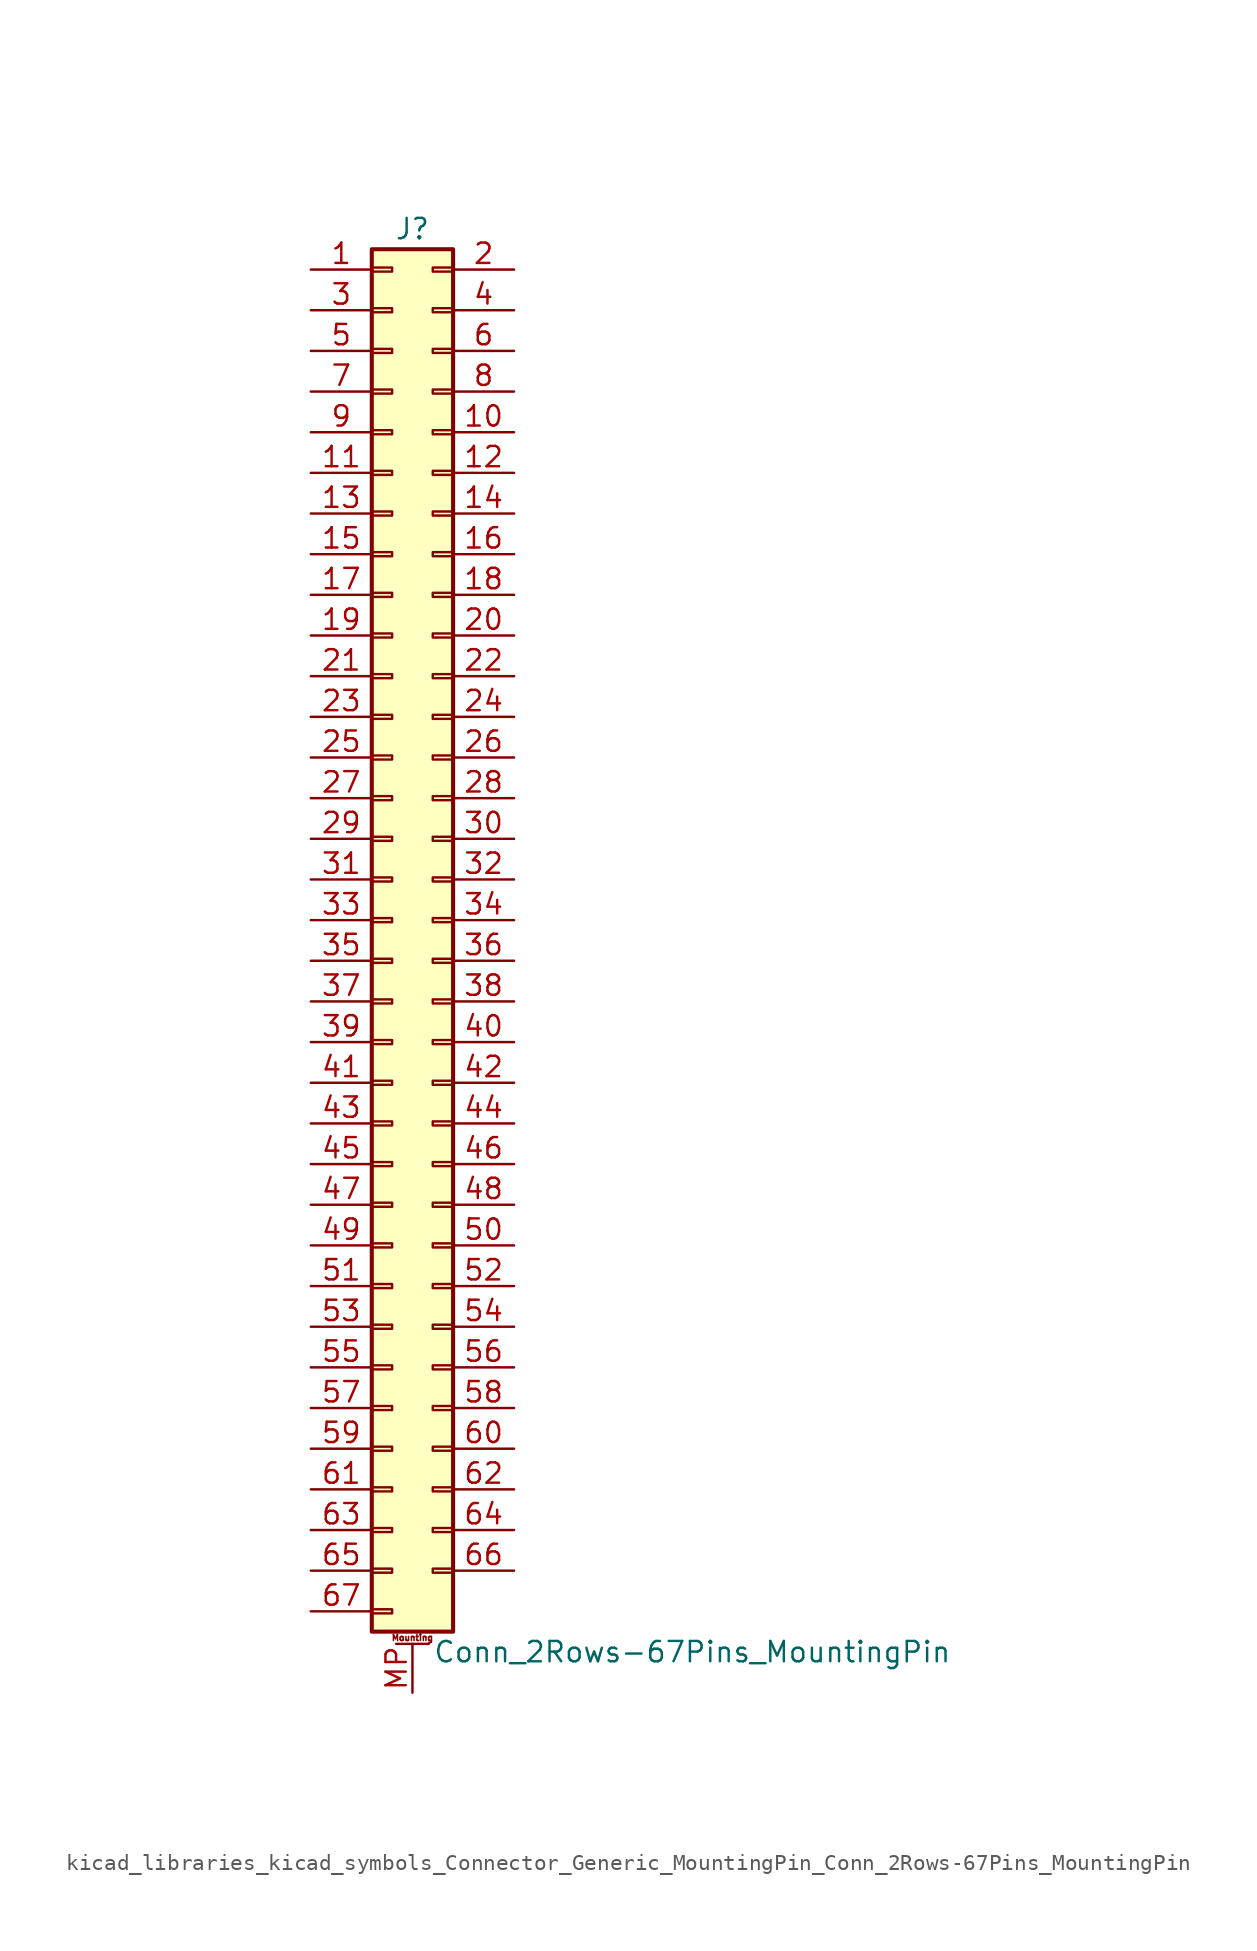
<source format=kicad_sym>
(kicad_symbol_lib
  (version 20220914)
  (generator kicad_symbol_editor)
  (symbol "kicad_libraries_kicad_symbols_Connector_Generic_MountingPin_Conn_2Rows-67Pins_MountingPin"
    (pin_names
      (offset 1.016) hide)
    (property "Reference" "J"
      (at 1.27 43.18 0)
      (effects (font (size 1.27 1.27))))
    (property "Value" "Conn_2Rows-67Pins_MountingPin"
      (at 2.54 -45.72 0)
      (effects (font (size 1.27 1.27)) (justify left)))
    (symbol "kicad_libraries_kicad_symbols_Connector_Generic_MountingPin_Conn_2Rows-67Pins_MountingPin_1_1"
      (rectangle (start -1.27 -43.053) (end 0 -43.307) (stroke (width 0.152) (type default)) (fill (type none)))
      (rectangle (start -1.27 -40.513) (end 0 -40.767) (stroke (width 0.152) (type default)) (fill (type none)))
      (rectangle (start -1.27 -37.973) (end 0 -38.227) (stroke (width 0.152) (type default)) (fill (type none)))
      (rectangle (start -1.27 -35.433) (end 0 -35.687) (stroke (width 0.152) (type default)) (fill (type none)))
      (rectangle (start -1.27 -32.893) (end 0 -33.147) (stroke (width 0.152) (type default)) (fill (type none)))
      (rectangle (start -1.27 -30.353) (end 0 -30.607) (stroke (width 0.152) (type default)) (fill (type none)))
      (rectangle (start -1.27 -27.813) (end 0 -28.067) (stroke (width 0.152) (type default)) (fill (type none)))
      (rectangle (start -1.27 -25.273) (end 0 -25.527) (stroke (width 0.152) (type default)) (fill (type none)))
      (rectangle (start -1.27 -22.733) (end 0 -22.987) (stroke (width 0.152) (type default)) (fill (type none)))
      (rectangle (start -1.27 -20.193) (end 0 -20.447) (stroke (width 0.152) (type default)) (fill (type none)))
      (rectangle (start -1.27 -17.653) (end 0 -17.907) (stroke (width 0.152) (type default)) (fill (type none)))
      (rectangle (start -1.27 -15.113) (end 0 -15.367) (stroke (width 0.152) (type default)) (fill (type none)))
      (rectangle (start -1.27 -12.573) (end 0 -12.827) (stroke (width 0.152) (type default)) (fill (type none)))
      (rectangle (start -1.27 -10.033) (end 0 -10.287) (stroke (width 0.152) (type default)) (fill (type none)))
      (rectangle (start -1.27 -7.493) (end 0 -7.747) (stroke (width 0.152) (type default)) (fill (type none)))
      (rectangle (start -1.27 -4.953) (end 0 -5.207) (stroke (width 0.152) (type default)) (fill (type none)))
      (rectangle (start -1.27 -2.413) (end 0 -2.667) (stroke (width 0.152) (type default)) (fill (type none)))
      (rectangle (start -1.27 0.127) (end 0 -0.127) (stroke (width 0.152) (type default)) (fill (type none)))
      (rectangle (start -1.27 2.667) (end 0 2.413) (stroke (width 0.152) (type default)) (fill (type none)))
      (rectangle (start -1.27 5.207) (end 0 4.953) (stroke (width 0.152) (type default)) (fill (type none)))
      (rectangle (start -1.27 7.747) (end 0 7.493) (stroke (width 0.152) (type default)) (fill (type none)))
      (rectangle (start -1.27 10.287) (end 0 10.033) (stroke (width 0.152) (type default)) (fill (type none)))
      (rectangle (start -1.27 12.827) (end 0 12.573) (stroke (width 0.152) (type default)) (fill (type none)))
      (rectangle (start -1.27 15.367) (end 0 15.113) (stroke (width 0.152) (type default)) (fill (type none)))
      (rectangle (start -1.27 17.907) (end 0 17.653) (stroke (width 0.152) (type default)) (fill (type none)))
      (rectangle (start -1.27 20.447) (end 0 20.193) (stroke (width 0.152) (type default)) (fill (type none)))
      (rectangle (start -1.27 22.987) (end 0 22.733) (stroke (width 0.152) (type default)) (fill (type none)))
      (rectangle (start -1.27 25.527) (end 0 25.273) (stroke (width 0.152) (type default)) (fill (type none)))
      (rectangle (start -1.27 28.067) (end 0 27.813) (stroke (width 0.152) (type default)) (fill (type none)))
      (rectangle (start -1.27 30.607) (end 0 30.353) (stroke (width 0.152) (type default)) (fill (type none)))
      (rectangle (start -1.27 33.147) (end 0 32.893) (stroke (width 0.152) (type default)) (fill (type none)))
      (rectangle (start -1.27 35.687) (end 0 35.433) (stroke (width 0.152) (type default)) (fill (type none)))
      (rectangle (start -1.27 38.227) (end 0 37.973) (stroke (width 0.152) (type default)) (fill (type none)))
      (rectangle (start -1.27 40.767) (end 0 40.513) (stroke (width 0.152) (type default)) (fill (type none)))
      (rectangle (start -1.27 41.91) (end 3.81 -44.45) (stroke (width 0.254) (type default)) (fill (type background)))
      (polyline (pts (xy 0.254 -45.212) (xy 2.286 -45.212)) (stroke (width 0.152) (type default)) (fill (type none)))
      (rectangle (start 3.81 -40.513) (end 2.54 -40.767) (stroke (width 0.152) (type default)) (fill (type none)))
      (rectangle (start 3.81 -37.973) (end 2.54 -38.227) (stroke (width 0.152) (type default)) (fill (type none)))
      (rectangle (start 3.81 -35.433) (end 2.54 -35.687) (stroke (width 0.152) (type default)) (fill (type none)))
      (rectangle (start 3.81 -32.893) (end 2.54 -33.147) (stroke (width 0.152) (type default)) (fill (type none)))
      (rectangle (start 3.81 -30.353) (end 2.54 -30.607) (stroke (width 0.152) (type default)) (fill (type none)))
      (rectangle (start 3.81 -27.813) (end 2.54 -28.067) (stroke (width 0.152) (type default)) (fill (type none)))
      (rectangle (start 3.81 -25.273) (end 2.54 -25.527) (stroke (width 0.152) (type default)) (fill (type none)))
      (rectangle (start 3.81 -22.733) (end 2.54 -22.987) (stroke (width 0.152) (type default)) (fill (type none)))
      (rectangle (start 3.81 -20.193) (end 2.54 -20.447) (stroke (width 0.152) (type default)) (fill (type none)))
      (rectangle (start 3.81 -17.653) (end 2.54 -17.907) (stroke (width 0.152) (type default)) (fill (type none)))
      (rectangle (start 3.81 -15.113) (end 2.54 -15.367) (stroke (width 0.152) (type default)) (fill (type none)))
      (rectangle (start 3.81 -12.573) (end 2.54 -12.827) (stroke (width 0.152) (type default)) (fill (type none)))
      (rectangle (start 3.81 -10.033) (end 2.54 -10.287) (stroke (width 0.152) (type default)) (fill (type none)))
      (rectangle (start 3.81 -7.493) (end 2.54 -7.747) (stroke (width 0.152) (type default)) (fill (type none)))
      (rectangle (start 3.81 -4.953) (end 2.54 -5.207) (stroke (width 0.152) (type default)) (fill (type none)))
      (rectangle (start 3.81 -2.413) (end 2.54 -2.667) (stroke (width 0.152) (type default)) (fill (type none)))
      (rectangle (start 3.81 0.127) (end 2.54 -0.127) (stroke (width 0.152) (type default)) (fill (type none)))
      (rectangle (start 3.81 2.667) (end 2.54 2.413) (stroke (width 0.152) (type default)) (fill (type none)))
      (rectangle (start 3.81 5.207) (end 2.54 4.953) (stroke (width 0.152) (type default)) (fill (type none)))
      (rectangle (start 3.81 7.747) (end 2.54 7.493) (stroke (width 0.152) (type default)) (fill (type none)))
      (rectangle (start 3.81 10.287) (end 2.54 10.033) (stroke (width 0.152) (type default)) (fill (type none)))
      (rectangle (start 3.81 12.827) (end 2.54 12.573) (stroke (width 0.152) (type default)) (fill (type none)))
      (rectangle (start 3.81 15.367) (end 2.54 15.113) (stroke (width 0.152) (type default)) (fill (type none)))
      (rectangle (start 3.81 17.907) (end 2.54 17.653) (stroke (width 0.152) (type default)) (fill (type none)))
      (rectangle (start 3.81 20.447) (end 2.54 20.193) (stroke (width 0.152) (type default)) (fill (type none)))
      (rectangle (start 3.81 22.987) (end 2.54 22.733) (stroke (width 0.152) (type default)) (fill (type none)))
      (rectangle (start 3.81 25.527) (end 2.54 25.273) (stroke (width 0.152) (type default)) (fill (type none)))
      (rectangle (start 3.81 28.067) (end 2.54 27.813) (stroke (width 0.152) (type default)) (fill (type none)))
      (rectangle (start 3.81 30.607) (end 2.54 30.353) (stroke (width 0.152) (type default)) (fill (type none)))
      (rectangle (start 3.81 33.147) (end 2.54 32.893) (stroke (width 0.152) (type default)) (fill (type none)))
      (rectangle (start 3.81 35.687) (end 2.54 35.433) (stroke (width 0.152) (type default)) (fill (type none)))
      (rectangle (start 3.81 38.227) (end 2.54 37.973) (stroke (width 0.152) (type default)) (fill (type none)))
      (rectangle (start 3.81 40.767) (end 2.54 40.513) (stroke (width 0.152) (type default)) (fill (type none)))
      (text "Mounting" (at 1.27 -44.831 0) (effects (font (size 0.381 0.381))))
      (pin passive line (at -5.08 40.64 0) (length 3.81) (name "Pin_1" (effects (font (size 1.27 1.27)))) (number "1" (effects (font (size 1.27 1.27)))))
      (pin passive line (at 7.62 30.48 180) (length 3.81) (name "Pin_10" (effects (font (size 1.27 1.27)))) (number "10" (effects (font (size 1.27 1.27)))))
      (pin passive line (at -5.08 27.94 0) (length 3.81) (name "Pin_11" (effects (font (size 1.27 1.27)))) (number "11" (effects (font (size 1.27 1.27)))))
      (pin passive line (at 7.62 27.94 180) (length 3.81) (name "Pin_12" (effects (font (size 1.27 1.27)))) (number "12" (effects (font (size 1.27 1.27)))))
      (pin passive line (at -5.08 25.4 0) (length 3.81) (name "Pin_13" (effects (font (size 1.27 1.27)))) (number "13" (effects (font (size 1.27 1.27)))))
      (pin passive line (at 7.62 25.4 180) (length 3.81) (name "Pin_14" (effects (font (size 1.27 1.27)))) (number "14" (effects (font (size 1.27 1.27)))))
      (pin passive line (at -5.08 22.86 0) (length 3.81) (name "Pin_15" (effects (font (size 1.27 1.27)))) (number "15" (effects (font (size 1.27 1.27)))))
      (pin passive line (at 7.62 22.86 180) (length 3.81) (name "Pin_16" (effects (font (size 1.27 1.27)))) (number "16" (effects (font (size 1.27 1.27)))))
      (pin passive line (at -5.08 20.32 0) (length 3.81) (name "Pin_17" (effects (font (size 1.27 1.27)))) (number "17" (effects (font (size 1.27 1.27)))))
      (pin passive line (at 7.62 20.32 180) (length 3.81) (name "Pin_18" (effects (font (size 1.27 1.27)))) (number "18" (effects (font (size 1.27 1.27)))))
      (pin passive line (at -5.08 17.78 0) (length 3.81) (name "Pin_19" (effects (font (size 1.27 1.27)))) (number "19" (effects (font (size 1.27 1.27)))))
      (pin passive line (at 7.62 40.64 180) (length 3.81) (name "Pin_2" (effects (font (size 1.27 1.27)))) (number "2" (effects (font (size 1.27 1.27)))))
      (pin passive line (at 7.62 17.78 180) (length 3.81) (name "Pin_20" (effects (font (size 1.27 1.27)))) (number "20" (effects (font (size 1.27 1.27)))))
      (pin passive line (at -5.08 15.24 0) (length 3.81) (name "Pin_21" (effects (font (size 1.27 1.27)))) (number "21" (effects (font (size 1.27 1.27)))))
      (pin passive line (at 7.62 15.24 180) (length 3.81) (name "Pin_22" (effects (font (size 1.27 1.27)))) (number "22" (effects (font (size 1.27 1.27)))))
      (pin passive line (at -5.08 12.7 0) (length 3.81) (name "Pin_23" (effects (font (size 1.27 1.27)))) (number "23" (effects (font (size 1.27 1.27)))))
      (pin passive line (at 7.62 12.7 180) (length 3.81) (name "Pin_24" (effects (font (size 1.27 1.27)))) (number "24" (effects (font (size 1.27 1.27)))))
      (pin passive line (at -5.08 10.16 0) (length 3.81) (name "Pin_25" (effects (font (size 1.27 1.27)))) (number "25" (effects (font (size 1.27 1.27)))))
      (pin passive line (at 7.62 10.16 180) (length 3.81) (name "Pin_26" (effects (font (size 1.27 1.27)))) (number "26" (effects (font (size 1.27 1.27)))))
      (pin passive line (at -5.08 7.62 0) (length 3.81) (name "Pin_27" (effects (font (size 1.27 1.27)))) (number "27" (effects (font (size 1.27 1.27)))))
      (pin passive line (at 7.62 7.62 180) (length 3.81) (name "Pin_28" (effects (font (size 1.27 1.27)))) (number "28" (effects (font (size 1.27 1.27)))))
      (pin passive line (at -5.08 5.08 0) (length 3.81) (name "Pin_29" (effects (font (size 1.27 1.27)))) (number "29" (effects (font (size 1.27 1.27)))))
      (pin passive line (at -5.08 38.1 0) (length 3.81) (name "Pin_3" (effects (font (size 1.27 1.27)))) (number "3" (effects (font (size 1.27 1.27)))))
      (pin passive line (at 7.62 5.08 180) (length 3.81) (name "Pin_30" (effects (font (size 1.27 1.27)))) (number "30" (effects (font (size 1.27 1.27)))))
      (pin passive line (at -5.08 2.54 0) (length 3.81) (name "Pin_31" (effects (font (size 1.27 1.27)))) (number "31" (effects (font (size 1.27 1.27)))))
      (pin passive line (at 7.62 2.54 180) (length 3.81) (name "Pin_32" (effects (font (size 1.27 1.27)))) (number "32" (effects (font (size 1.27 1.27)))))
      (pin passive line (at -5.08 0 0) (length 3.81) (name "Pin_33" (effects (font (size 1.27 1.27)))) (number "33" (effects (font (size 1.27 1.27)))))
      (pin passive line (at 7.62 0 180) (length 3.81) (name "Pin_34" (effects (font (size 1.27 1.27)))) (number "34" (effects (font (size 1.27 1.27)))))
      (pin passive line (at -5.08 -2.54 0) (length 3.81) (name "Pin_35" (effects (font (size 1.27 1.27)))) (number "35" (effects (font (size 1.27 1.27)))))
      (pin passive line (at 7.62 -2.54 180) (length 3.81) (name "Pin_36" (effects (font (size 1.27 1.27)))) (number "36" (effects (font (size 1.27 1.27)))))
      (pin passive line (at -5.08 -5.08 0) (length 3.81) (name "Pin_37" (effects (font (size 1.27 1.27)))) (number "37" (effects (font (size 1.27 1.27)))))
      (pin passive line (at 7.62 -5.08 180) (length 3.81) (name "Pin_38" (effects (font (size 1.27 1.27)))) (number "38" (effects (font (size 1.27 1.27)))))
      (pin passive line (at -5.08 -7.62 0) (length 3.81) (name "Pin_39" (effects (font (size 1.27 1.27)))) (number "39" (effects (font (size 1.27 1.27)))))
      (pin passive line (at 7.62 38.1 180) (length 3.81) (name "Pin_4" (effects (font (size 1.27 1.27)))) (number "4" (effects (font (size 1.27 1.27)))))
      (pin passive line (at 7.62 -7.62 180) (length 3.81) (name "Pin_40" (effects (font (size 1.27 1.27)))) (number "40" (effects (font (size 1.27 1.27)))))
      (pin passive line (at -5.08 -10.16 0) (length 3.81) (name "Pin_41" (effects (font (size 1.27 1.27)))) (number "41" (effects (font (size 1.27 1.27)))))
      (pin passive line (at 7.62 -10.16 180) (length 3.81) (name "Pin_42" (effects (font (size 1.27 1.27)))) (number "42" (effects (font (size 1.27 1.27)))))
      (pin passive line (at -5.08 -12.7 0) (length 3.81) (name "Pin_43" (effects (font (size 1.27 1.27)))) (number "43" (effects (font (size 1.27 1.27)))))
      (pin passive line (at 7.62 -12.7 180) (length 3.81) (name "Pin_44" (effects (font (size 1.27 1.27)))) (number "44" (effects (font (size 1.27 1.27)))))
      (pin passive line (at -5.08 -15.24 0) (length 3.81) (name "Pin_45" (effects (font (size 1.27 1.27)))) (number "45" (effects (font (size 1.27 1.27)))))
      (pin passive line (at 7.62 -15.24 180) (length 3.81) (name "Pin_46" (effects (font (size 1.27 1.27)))) (number "46" (effects (font (size 1.27 1.27)))))
      (pin passive line (at -5.08 -17.78 0) (length 3.81) (name "Pin_47" (effects (font (size 1.27 1.27)))) (number "47" (effects (font (size 1.27 1.27)))))
      (pin passive line (at 7.62 -17.78 180) (length 3.81) (name "Pin_48" (effects (font (size 1.27 1.27)))) (number "48" (effects (font (size 1.27 1.27)))))
      (pin passive line (at -5.08 -20.32 0) (length 3.81) (name "Pin_49" (effects (font (size 1.27 1.27)))) (number "49" (effects (font (size 1.27 1.27)))))
      (pin passive line (at -5.08 35.56 0) (length 3.81) (name "Pin_5" (effects (font (size 1.27 1.27)))) (number "5" (effects (font (size 1.27 1.27)))))
      (pin passive line (at 7.62 -20.32 180) (length 3.81) (name "Pin_50" (effects (font (size 1.27 1.27)))) (number "50" (effects (font (size 1.27 1.27)))))
      (pin passive line (at -5.08 -22.86 0) (length 3.81) (name "Pin_51" (effects (font (size 1.27 1.27)))) (number "51" (effects (font (size 1.27 1.27)))))
      (pin passive line (at 7.62 -22.86 180) (length 3.81) (name "Pin_52" (effects (font (size 1.27 1.27)))) (number "52" (effects (font (size 1.27 1.27)))))
      (pin passive line (at -5.08 -25.4 0) (length 3.81) (name "Pin_53" (effects (font (size 1.27 1.27)))) (number "53" (effects (font (size 1.27 1.27)))))
      (pin passive line (at 7.62 -25.4 180) (length 3.81) (name "Pin_54" (effects (font (size 1.27 1.27)))) (number "54" (effects (font (size 1.27 1.27)))))
      (pin passive line (at -5.08 -27.94 0) (length 3.81) (name "Pin_55" (effects (font (size 1.27 1.27)))) (number "55" (effects (font (size 1.27 1.27)))))
      (pin passive line (at 7.62 -27.94 180) (length 3.81) (name "Pin_56" (effects (font (size 1.27 1.27)))) (number "56" (effects (font (size 1.27 1.27)))))
      (pin passive line (at -5.08 -30.48 0) (length 3.81) (name "Pin_57" (effects (font (size 1.27 1.27)))) (number "57" (effects (font (size 1.27 1.27)))))
      (pin passive line (at 7.62 -30.48 180) (length 3.81) (name "Pin_58" (effects (font (size 1.27 1.27)))) (number "58" (effects (font (size 1.27 1.27)))))
      (pin passive line (at -5.08 -33.02 0) (length 3.81) (name "Pin_59" (effects (font (size 1.27 1.27)))) (number "59" (effects (font (size 1.27 1.27)))))
      (pin passive line (at 7.62 35.56 180) (length 3.81) (name "Pin_6" (effects (font (size 1.27 1.27)))) (number "6" (effects (font (size 1.27 1.27)))))
      (pin passive line (at 7.62 -33.02 180) (length 3.81) (name "Pin_60" (effects (font (size 1.27 1.27)))) (number "60" (effects (font (size 1.27 1.27)))))
      (pin passive line (at -5.08 -35.56 0) (length 3.81) (name "Pin_61" (effects (font (size 1.27 1.27)))) (number "61" (effects (font (size 1.27 1.27)))))
      (pin passive line (at 7.62 -35.56 180) (length 3.81) (name "Pin_62" (effects (font (size 1.27 1.27)))) (number "62" (effects (font (size 1.27 1.27)))))
      (pin passive line (at -5.08 -38.1 0) (length 3.81) (name "Pin_63" (effects (font (size 1.27 1.27)))) (number "63" (effects (font (size 1.27 1.27)))))
      (pin passive line (at 7.62 -38.1 180) (length 3.81) (name "Pin_64" (effects (font (size 1.27 1.27)))) (number "64" (effects (font (size 1.27 1.27)))))
      (pin passive line (at -5.08 -40.64 0) (length 3.81) (name "Pin_65" (effects (font (size 1.27 1.27)))) (number "65" (effects (font (size 1.27 1.27)))))
      (pin passive line (at 7.62 -40.64 180) (length 3.81) (name "Pin_66" (effects (font (size 1.27 1.27)))) (number "66" (effects (font (size 1.27 1.27)))))
      (pin passive line (at -5.08 -43.18 0) (length 3.81) (name "Pin_67" (effects (font (size 1.27 1.27)))) (number "67" (effects (font (size 1.27 1.27)))))
      (pin passive line (at -5.08 33.02 0) (length 3.81) (name "Pin_7" (effects (font (size 1.27 1.27)))) (number "7" (effects (font (size 1.27 1.27)))))
      (pin passive line (at 7.62 33.02 180) (length 3.81) (name "Pin_8" (effects (font (size 1.27 1.27)))) (number "8" (effects (font (size 1.27 1.27)))))
      (pin passive line (at -5.08 30.48 0) (length 3.81) (name "Pin_9" (effects (font (size 1.27 1.27)))) (number "9" (effects (font (size 1.27 1.27)))))
      (pin passive line (at 1.27 -48.26 90) (length 3.048) (name "MountPin" (effects (font (size 1.27 1.27)))) (number "MP" (effects (font (size 1.27 1.27))))))))
</source>
